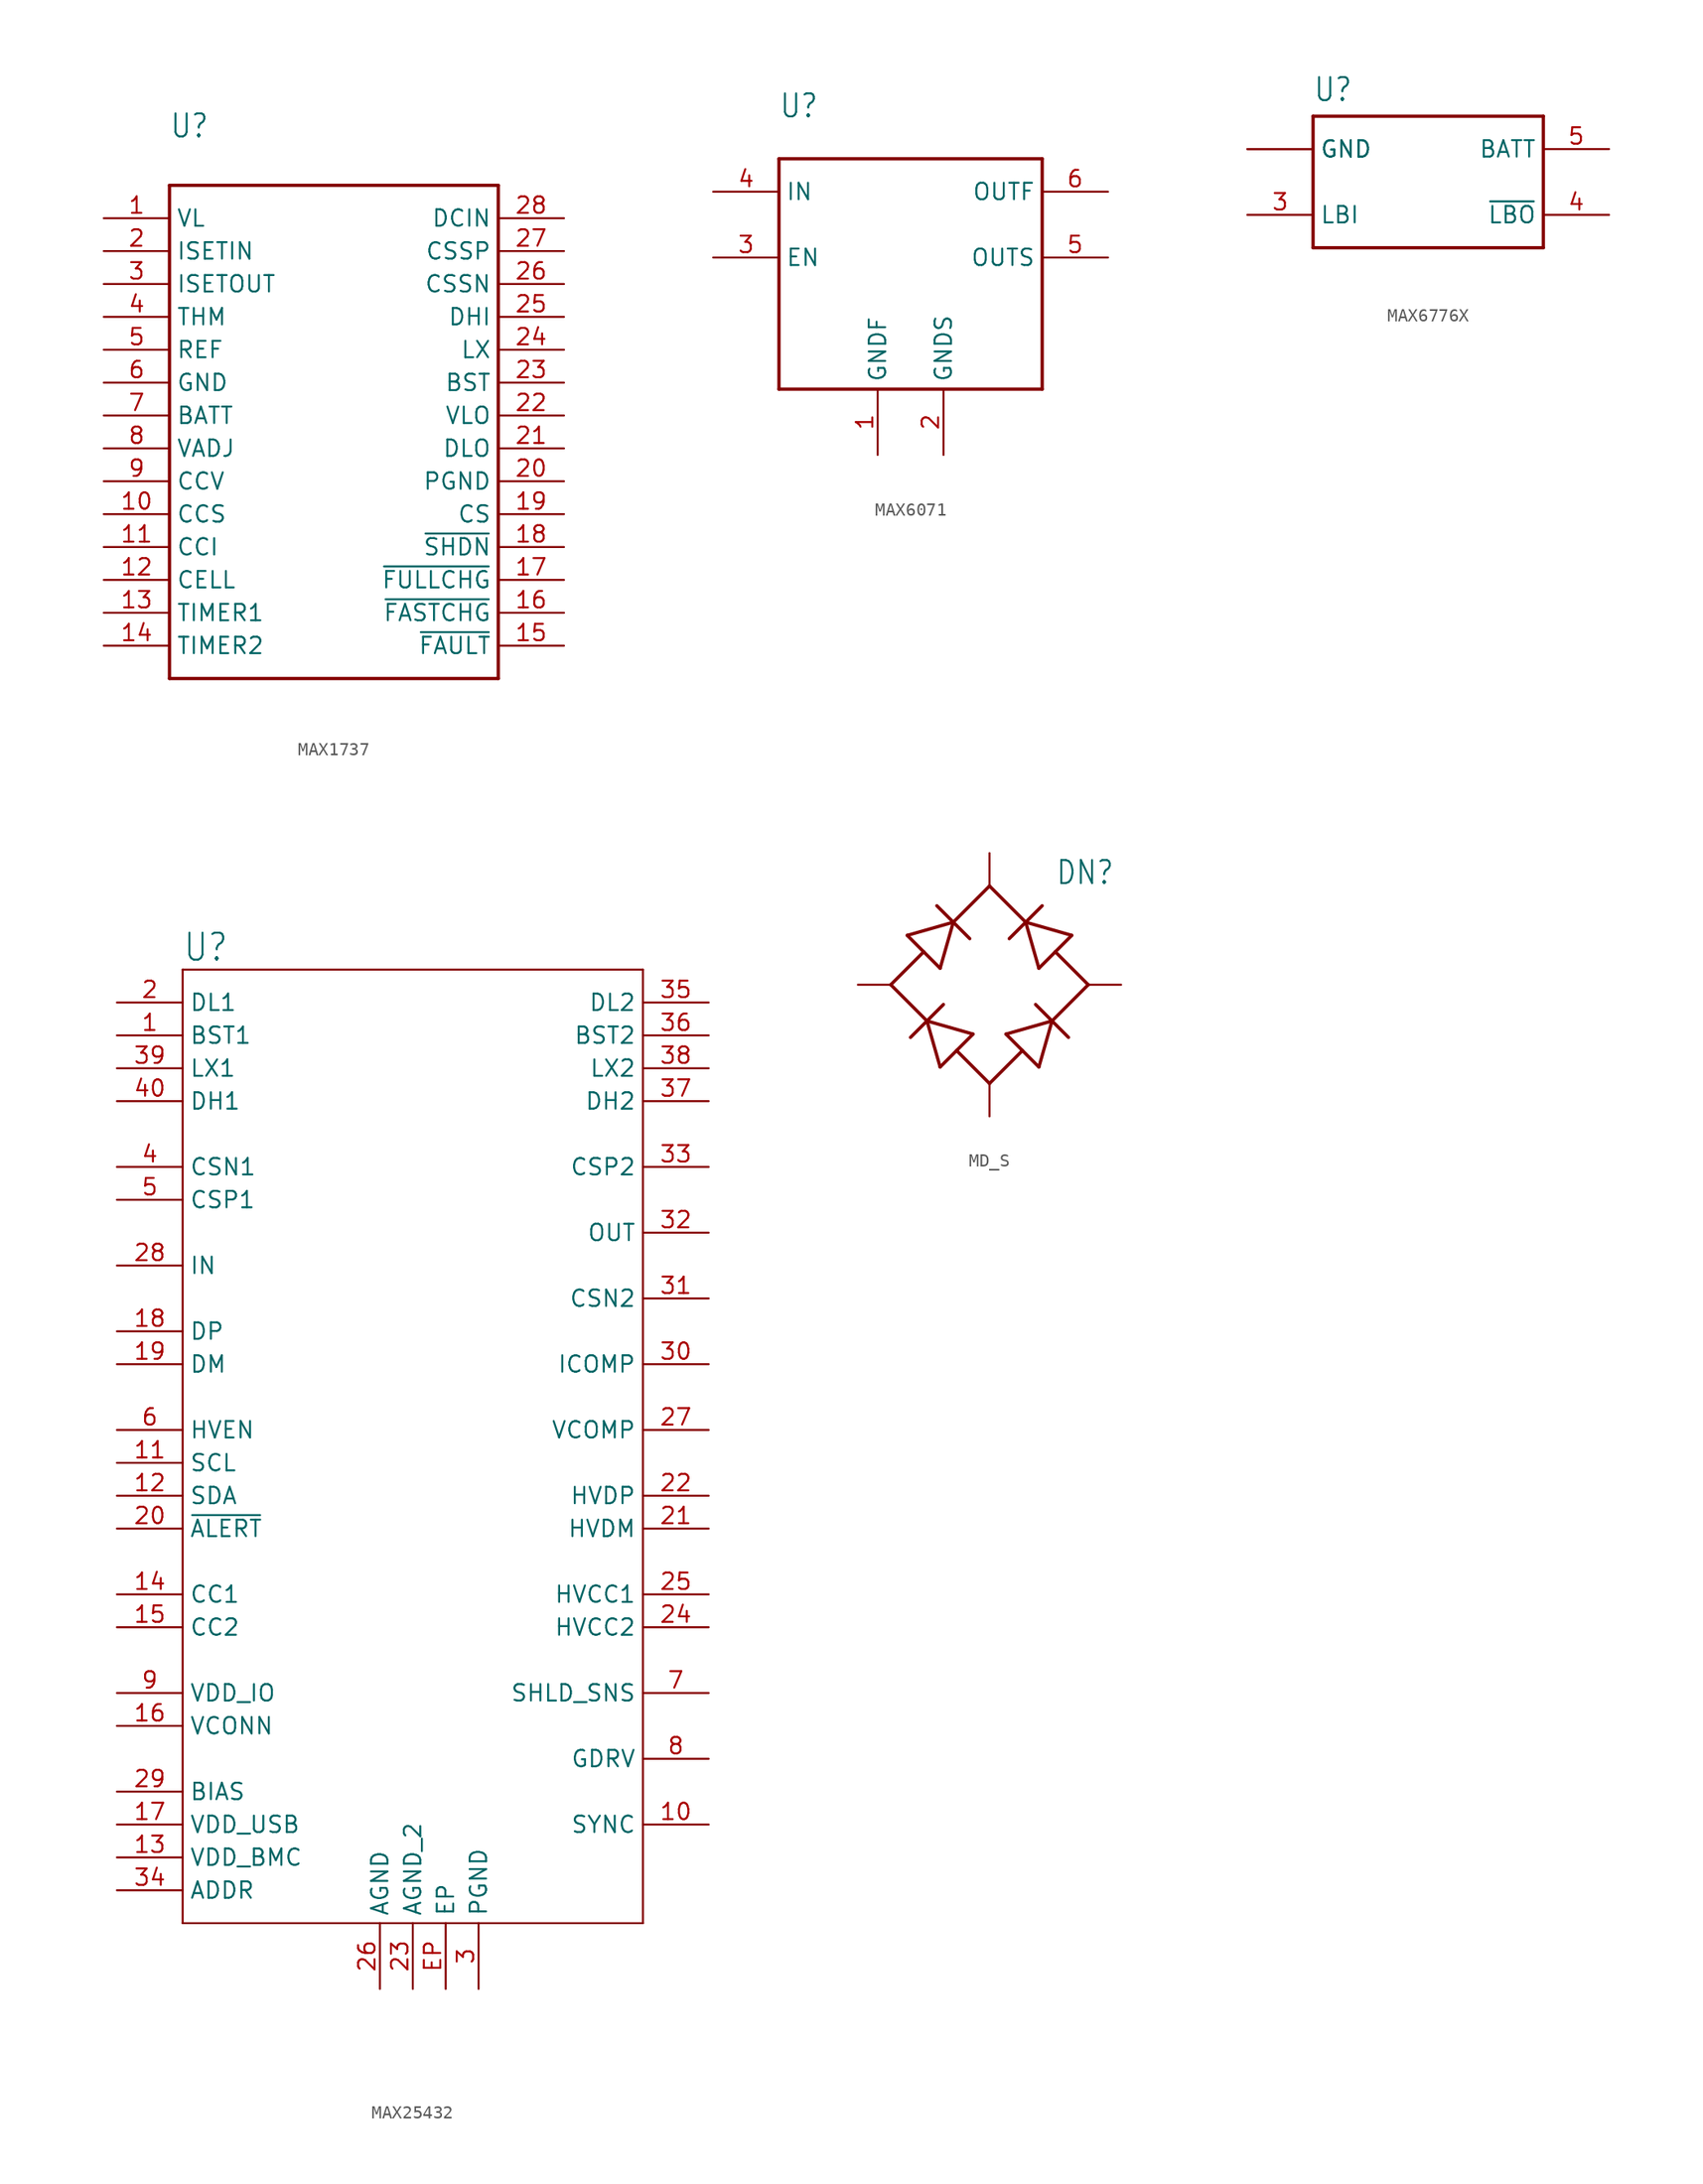
<source format=kicad_sym>
(kicad_symbol_lib
  (version 20231120)
  (generator "kicad_symbol_editor")
  (generator_version "8.0")
  (symbol "MAX1737"
    (property "Reference" "U"
      (at -12.7 21.336 0)
      (effects (font (size 1.778 1.511)) (justify left bottom)))
    (property "Value" ""
      (at -12.7 18.796 0)
      (effects (font (size 1.778 1.511)) (justify left bottom)))
    (property "ki_locked" ""
      (at 0 0 0)
      (effects (font (size 1.27 1.27))))
    (symbol "MAX1737_1_0"
      (polyline (pts (xy -12.7 -20.32) (xy 12.7 -20.32)) (stroke (width 0.254) (type solid)) (fill (type none)))
      (polyline (pts (xy -12.7 17.78) (xy -12.7 -20.32)) (stroke (width 0.254) (type solid)) (fill (type none)))
      (polyline (pts (xy 12.7 -20.32) (xy 12.7 17.78)) (stroke (width 0.254) (type solid)) (fill (type none)))
      (polyline (pts (xy 12.7 17.78) (xy -12.7 17.78)) (stroke (width 0.254) (type solid)) (fill (type none)))
      (pin bidirectional line (at -17.78 15.24 0) (length 5.08) (name "VL" (effects (font (size 1.27 1.27)))) (number "1" (effects (font (size 1.27 1.27)))))
      (pin bidirectional line (at -17.78 -7.62 0) (length 5.08) (name "CCS" (effects (font (size 1.27 1.27)))) (number "10" (effects (font (size 1.27 1.27)))))
      (pin bidirectional line (at -17.78 -10.16 0) (length 5.08) (name "CCI" (effects (font (size 1.27 1.27)))) (number "11" (effects (font (size 1.27 1.27)))))
      (pin bidirectional line (at -17.78 -12.7 0) (length 5.08) (name "CELL" (effects (font (size 1.27 1.27)))) (number "12" (effects (font (size 1.27 1.27)))))
      (pin bidirectional line (at -17.78 -15.24 0) (length 5.08) (name "TIMER1" (effects (font (size 1.27 1.27)))) (number "13" (effects (font (size 1.27 1.27)))))
      (pin bidirectional line (at -17.78 -17.78 0) (length 5.08) (name "TIMER2" (effects (font (size 1.27 1.27)))) (number "14" (effects (font (size 1.27 1.27)))))
      (pin bidirectional line (at 17.78 -17.78 180) (length 5.08) (name "~{FAULT}" (effects (font (size 1.27 1.27)))) (number "15" (effects (font (size 1.27 1.27)))))
      (pin bidirectional line (at 17.78 -15.24 180) (length 5.08) (name "~{FASTCHG}" (effects (font (size 1.27 1.27)))) (number "16" (effects (font (size 1.27 1.27)))))
      (pin bidirectional line (at 17.78 -12.7 180) (length 5.08) (name "~{FULLCHG}" (effects (font (size 1.27 1.27)))) (number "17" (effects (font (size 1.27 1.27)))))
      (pin bidirectional line (at 17.78 -10.16 180) (length 5.08) (name "~{SHDN}" (effects (font (size 1.27 1.27)))) (number "18" (effects (font (size 1.27 1.27)))))
      (pin bidirectional line (at 17.78 -7.62 180) (length 5.08) (name "CS" (effects (font (size 1.27 1.27)))) (number "19" (effects (font (size 1.27 1.27)))))
      (pin bidirectional line (at -17.78 12.7 0) (length 5.08) (name "ISETIN" (effects (font (size 1.27 1.27)))) (number "2" (effects (font (size 1.27 1.27)))))
      (pin bidirectional line (at 17.78 -5.08 180) (length 5.08) (name "PGND" (effects (font (size 1.27 1.27)))) (number "20" (effects (font (size 1.27 1.27)))))
      (pin bidirectional line (at 17.78 -2.54 180) (length 5.08) (name "DLO" (effects (font (size 1.27 1.27)))) (number "21" (effects (font (size 1.27 1.27)))))
      (pin bidirectional line (at 17.78 0 180) (length 5.08) (name "VLO" (effects (font (size 1.27 1.27)))) (number "22" (effects (font (size 1.27 1.27)))))
      (pin bidirectional line (at 17.78 2.54 180) (length 5.08) (name "BST" (effects (font (size 1.27 1.27)))) (number "23" (effects (font (size 1.27 1.27)))))
      (pin bidirectional line (at 17.78 5.08 180) (length 5.08) (name "LX" (effects (font (size 1.27 1.27)))) (number "24" (effects (font (size 1.27 1.27)))))
      (pin bidirectional line (at 17.78 7.62 180) (length 5.08) (name "DHI" (effects (font (size 1.27 1.27)))) (number "25" (effects (font (size 1.27 1.27)))))
      (pin bidirectional line (at 17.78 10.16 180) (length 5.08) (name "CSSN" (effects (font (size 1.27 1.27)))) (number "26" (effects (font (size 1.27 1.27)))))
      (pin bidirectional line (at 17.78 12.7 180) (length 5.08) (name "CSSP" (effects (font (size 1.27 1.27)))) (number "27" (effects (font (size 1.27 1.27)))))
      (pin bidirectional line (at 17.78 15.24 180) (length 5.08) (name "DCIN" (effects (font (size 1.27 1.27)))) (number "28" (effects (font (size 1.27 1.27)))))
      (pin bidirectional line (at -17.78 10.16 0) (length 5.08) (name "ISETOUT" (effects (font (size 1.27 1.27)))) (number "3" (effects (font (size 1.27 1.27)))))
      (pin bidirectional line (at -17.78 7.62 0) (length 5.08) (name "THM" (effects (font (size 1.27 1.27)))) (number "4" (effects (font (size 1.27 1.27)))))
      (pin bidirectional line (at -17.78 5.08 0) (length 5.08) (name "REF" (effects (font (size 1.27 1.27)))) (number "5" (effects (font (size 1.27 1.27)))))
      (pin bidirectional line (at -17.78 2.54 0) (length 5.08) (name "GND" (effects (font (size 1.27 1.27)))) (number "6" (effects (font (size 1.27 1.27)))))
      (pin bidirectional line (at -17.78 0 0) (length 5.08) (name "BATT" (effects (font (size 1.27 1.27)))) (number "7" (effects (font (size 1.27 1.27)))))
      (pin bidirectional line (at -17.78 -2.54 0) (length 5.08) (name "VADJ" (effects (font (size 1.27 1.27)))) (number "8" (effects (font (size 1.27 1.27)))))
      (pin bidirectional line (at -17.78 -5.08 0) (length 5.08) (name "CCV" (effects (font (size 1.27 1.27)))) (number "9" (effects (font (size 1.27 1.27)))))))
  (symbol "MAX6071"
    (property "Reference" "U"
      (at -10.16 10.668 0)
      (effects (font (size 1.778 1.511)) (justify left bottom)))
    (property "Value" ""
      (at -10.16 8.382 0)
      (effects (font (size 1.778 1.511)) (justify left bottom)))
    (property "ki_locked" ""
      (at 0 0 0)
      (effects (font (size 1.27 1.27))))
    (symbol "MAX6071_1_0"
      (polyline (pts (xy -10.16 -10.16) (xy 10.16 -10.16)) (stroke (width 0.254) (type solid)) (fill (type none)))
      (polyline (pts (xy -10.16 7.62) (xy -10.16 -10.16)) (stroke (width 0.254) (type solid)) (fill (type none)))
      (polyline (pts (xy 10.16 -10.16) (xy 10.16 7.62)) (stroke (width 0.254) (type solid)) (fill (type none)))
      (polyline (pts (xy 10.16 7.62) (xy -10.16 7.62)) (stroke (width 0.254) (type solid)) (fill (type none)))
      (pin bidirectional line (at -2.54 -15.24 90) (length 5.08) (name "GNDF" (effects (font (size 1.27 1.27)))) (number "1" (effects (font (size 1.27 1.27)))))
      (pin bidirectional line (at 2.54 -15.24 90) (length 5.08) (name "GNDS" (effects (font (size 1.27 1.27)))) (number "2" (effects (font (size 1.27 1.27)))))
      (pin bidirectional line (at -15.24 0 0) (length 5.08) (name "EN" (effects (font (size 1.27 1.27)))) (number "3" (effects (font (size 1.27 1.27)))))
      (pin bidirectional line (at -15.24 5.08 0) (length 5.08) (name "IN" (effects (font (size 1.27 1.27)))) (number "4" (effects (font (size 1.27 1.27)))))
      (pin bidirectional line (at 15.24 0 180) (length 5.08) (name "OUTS" (effects (font (size 1.27 1.27)))) (number "5" (effects (font (size 1.27 1.27)))))
      (pin bidirectional line (at 15.24 5.08 180) (length 5.08) (name "OUTF" (effects (font (size 1.27 1.27)))) (number "6" (effects (font (size 1.27 1.27)))))))
  (symbol "MAX6776X"
    (property "Reference" "U"
      (at -10.16 6.096 0)
      (effects (font (size 1.778 1.511)) (justify left bottom)))
    (property "Value" ""
      (at -10.16 -7.62 0)
      (effects (font (size 1.778 1.511)) (justify left bottom)))
    (property "ki_locked" ""
      (at 0 0 0)
      (effects (font (size 1.27 1.27))))
    (symbol "MAX6776X_1_0"
      (polyline (pts (xy -10.16 -5.08) (xy 7.62 -5.08)) (stroke (width 0.254) (type solid)) (fill (type none)))
      (polyline (pts (xy -10.16 5.08) (xy -10.16 -5.08)) (stroke (width 0.254) (type solid)) (fill (type none)))
      (polyline (pts (xy 7.62 -5.08) (xy 7.62 5.08)) (stroke (width 0.254) (type solid)) (fill (type none)))
      (polyline (pts (xy 7.62 5.08) (xy -10.16 5.08)) (stroke (width 0.254) (type solid)) (fill (type none)))
      (pin power_in line (at -15.24 2.54 0) (length 5.08) (name "GND" (effects (font (size 1.27 1.27)))) (number "1" (effects (font (size 0 0)))))
      (pin power_in line (at -15.24 2.54 0) (length 5.08) (name "GND" (effects (font (size 1.27 1.27)))) (number "2" (effects (font (size 0 0)))))
      (pin bidirectional line (at -15.24 -2.54 0) (length 5.08) (name "LBI" (effects (font (size 1.27 1.27)))) (number "3" (effects (font (size 1.27 1.27)))))
      (pin bidirectional line (at 12.7 -2.54 180) (length 5.08) (name "~{LBO}" (effects (font (size 1.27 1.27)))) (number "4" (effects (font (size 1.27 1.27)))))
      (pin power_in line (at 12.7 2.54 180) (length 5.08) (name "BATT" (effects (font (size 1.27 1.27)))) (number "5" (effects (font (size 1.27 1.27)))))))
  (symbol "MAX25432"
    (property "Reference" "U"
      (at 7.62 5.588 0)
      (effects (font (size 2.083 1.77)) (justify left bottom)))
    (property "Value" ""
      (at 32.004 5.588 0)
      (effects (font (size 2.083 1.77)) (justify left bottom)))
    (property "ki_locked" ""
      (at 0 0 0)
      (effects (font (size 1.27 1.27))))
    (symbol "MAX25432_1_0"
      (polyline (pts (xy 7.62 -68.58) (xy 43.18 -68.58)) (stroke (width 0.152) (type solid)) (fill (type none)))
      (polyline (pts (xy 7.62 5.08) (xy 7.62 -68.58)) (stroke (width 0.152) (type solid)) (fill (type none)))
      (polyline (pts (xy 43.18 -68.58) (xy 43.18 5.08)) (stroke (width 0.152) (type solid)) (fill (type none)))
      (polyline (pts (xy 43.18 5.08) (xy 7.62 5.08)) (stroke (width 0.152) (type solid)) (fill (type none)))
      (pin passive line (at 2.54 0 0) (length 5.08) (name "BST1" (effects (font (size 1.27 1.27)))) (number "1" (effects (font (size 1.27 1.27)))))
      (pin bidirectional line (at 48.26 -60.96 180) (length 5.08) (name "SYNC" (effects (font (size 1.27 1.27)))) (number "10" (effects (font (size 1.27 1.27)))))
      (pin passive line (at 2.54 -33.02 0) (length 5.08) (name "SCL" (effects (font (size 1.27 1.27)))) (number "11" (effects (font (size 1.27 1.27)))))
      (pin passive line (at 2.54 -35.56 0) (length 5.08) (name "SDA" (effects (font (size 1.27 1.27)))) (number "12" (effects (font (size 1.27 1.27)))))
      (pin power_in line (at 2.54 -63.5 0) (length 5.08) (name "VDD_BMC" (effects (font (size 1.27 1.27)))) (number "13" (effects (font (size 1.27 1.27)))))
      (pin passive line (at 2.54 -43.18 0) (length 5.08) (name "CC1" (effects (font (size 1.27 1.27)))) (number "14" (effects (font (size 1.27 1.27)))))
      (pin passive line (at 2.54 -45.72 0) (length 5.08) (name "CC2" (effects (font (size 1.27 1.27)))) (number "15" (effects (font (size 1.27 1.27)))))
      (pin power_in line (at 2.54 -53.34 0) (length 5.08) (name "VCONN" (effects (font (size 1.27 1.27)))) (number "16" (effects (font (size 1.27 1.27)))))
      (pin power_in line (at 2.54 -60.96 0) (length 5.08) (name "VDD_USB" (effects (font (size 1.27 1.27)))) (number "17" (effects (font (size 1.27 1.27)))))
      (pin passive line (at 2.54 -22.86 0) (length 5.08) (name "DP" (effects (font (size 1.27 1.27)))) (number "18" (effects (font (size 1.27 1.27)))))
      (pin passive line (at 2.54 -25.4 0) (length 5.08) (name "DM" (effects (font (size 1.27 1.27)))) (number "19" (effects (font (size 1.27 1.27)))))
      (pin output line (at 2.54 2.54 0) (length 5.08) (name "DL1" (effects (font (size 1.27 1.27)))) (number "2" (effects (font (size 1.27 1.27)))))
      (pin output line (at 2.54 -38.1 0) (length 5.08) (name "~{ALERT}" (effects (font (size 1.27 1.27)))) (number "20" (effects (font (size 1.27 1.27)))))
      (pin passive line (at 48.26 -38.1 180) (length 5.08) (name "HVDM" (effects (font (size 1.27 1.27)))) (number "21" (effects (font (size 1.27 1.27)))))
      (pin passive line (at 48.26 -35.56 180) (length 5.08) (name "HVDP" (effects (font (size 1.27 1.27)))) (number "22" (effects (font (size 1.27 1.27)))))
      (pin passive line (at 25.4 -73.66 90) (length 5.08) (name "AGND_2" (effects (font (size 1.27 1.27)))) (number "23" (effects (font (size 1.27 1.27)))))
      (pin passive line (at 48.26 -45.72 180) (length 5.08) (name "HVCC2" (effects (font (size 1.27 1.27)))) (number "24" (effects (font (size 1.27 1.27)))))
      (pin passive line (at 48.26 -43.18 180) (length 5.08) (name "HVCC1" (effects (font (size 1.27 1.27)))) (number "25" (effects (font (size 1.27 1.27)))))
      (pin passive line (at 22.86 -73.66 90) (length 5.08) (name "AGND" (effects (font (size 1.27 1.27)))) (number "26" (effects (font (size 1.27 1.27)))))
      (pin output line (at 48.26 -30.48 180) (length 5.08) (name "VCOMP" (effects (font (size 1.27 1.27)))) (number "27" (effects (font (size 1.27 1.27)))))
      (pin power_in line (at 2.54 -17.78 0) (length 5.08) (name "IN" (effects (font (size 1.27 1.27)))) (number "28" (effects (font (size 1.27 1.27)))))
      (pin output line (at 2.54 -58.42 0) (length 5.08) (name "BIAS" (effects (font (size 1.27 1.27)))) (number "29" (effects (font (size 1.27 1.27)))))
      (pin passive line (at 30.48 -73.66 90) (length 5.08) (name "PGND" (effects (font (size 1.27 1.27)))) (number "3" (effects (font (size 1.27 1.27)))))
      (pin passive line (at 48.26 -25.4 180) (length 5.08) (name "ICOMP" (effects (font (size 1.27 1.27)))) (number "30" (effects (font (size 1.27 1.27)))))
      (pin passive line (at 48.26 -20.32 180) (length 5.08) (name "CSN2" (effects (font (size 1.27 1.27)))) (number "31" (effects (font (size 1.27 1.27)))))
      (pin passive line (at 48.26 -15.24 180) (length 5.08) (name "OUT" (effects (font (size 1.27 1.27)))) (number "32" (effects (font (size 1.27 1.27)))))
      (pin output line (at 48.26 -10.16 180) (length 5.08) (name "CSP2" (effects (font (size 1.27 1.27)))) (number "33" (effects (font (size 1.27 1.27)))))
      (pin passive line (at 2.54 -66.04 0) (length 5.08) (name "ADDR" (effects (font (size 1.27 1.27)))) (number "34" (effects (font (size 1.27 1.27)))))
      (pin output line (at 48.26 2.54 180) (length 5.08) (name "DL2" (effects (font (size 1.27 1.27)))) (number "35" (effects (font (size 1.27 1.27)))))
      (pin passive line (at 48.26 0 180) (length 5.08) (name "BST2" (effects (font (size 1.27 1.27)))) (number "36" (effects (font (size 1.27 1.27)))))
      (pin output line (at 48.26 -5.08 180) (length 5.08) (name "DH2" (effects (font (size 1.27 1.27)))) (number "37" (effects (font (size 1.27 1.27)))))
      (pin output line (at 48.26 -2.54 180) (length 5.08) (name "LX2" (effects (font (size 1.27 1.27)))) (number "38" (effects (font (size 1.27 1.27)))))
      (pin output line (at 2.54 -2.54 0) (length 5.08) (name "LX1" (effects (font (size 1.27 1.27)))) (number "39" (effects (font (size 1.27 1.27)))))
      (pin input line (at 2.54 -10.16 0) (length 5.08) (name "CSN1" (effects (font (size 1.27 1.27)))) (number "4" (effects (font (size 1.27 1.27)))))
      (pin output line (at 2.54 -5.08 0) (length 5.08) (name "DH1" (effects (font (size 1.27 1.27)))) (number "40" (effects (font (size 1.27 1.27)))))
      (pin input line (at 2.54 -12.7 0) (length 5.08) (name "CSP1" (effects (font (size 1.27 1.27)))) (number "5" (effects (font (size 1.27 1.27)))))
      (pin input line (at 2.54 -30.48 0) (length 5.08) (name "HVEN" (effects (font (size 1.27 1.27)))) (number "6" (effects (font (size 1.27 1.27)))))
      (pin passive line (at 48.26 -50.8 180) (length 5.08) (name "SHLD_SNS" (effects (font (size 1.27 1.27)))) (number "7" (effects (font (size 1.27 1.27)))))
      (pin output line (at 48.26 -55.88 180) (length 5.08) (name "GDRV" (effects (font (size 1.27 1.27)))) (number "8" (effects (font (size 1.27 1.27)))))
      (pin power_in line (at 2.54 -50.8 0) (length 5.08) (name "VDD_IO" (effects (font (size 1.27 1.27)))) (number "9" (effects (font (size 1.27 1.27)))))
      (pin passive line (at 27.94 -73.66 90) (length 5.08) (name "EP" (effects (font (size 1.27 1.27)))) (number "EP" (effects (font (size 1.27 1.27)))))))
  (symbol "MD_S"
    (property "Reference" "DN"
      (at 5.08 7.62 0)
      (effects (font (size 1.778 1.511)) (justify left bottom)))
    (property "Value" ""
      (at 5.08 5.08 0)
      (effects (font (size 1.778 1.511)) (justify left bottom)))
    (property "ki_locked" ""
      (at 0 0 0)
      (effects (font (size 1.27 1.27))))
    (symbol "MD_S_1_0"
      (polyline (pts (xy -6.35 3.81) (xy -5.08 2.54)) (stroke (width 0.254) (type solid)) (fill (type none)))
      (polyline (pts (xy -6.35 3.81) (xy -2.794 4.826)) (stroke (width 0.254) (type solid)) (fill (type none)))
      (polyline (pts (xy -6.096 -4.064) (xy -4.826 -2.794)) (stroke (width 0.254) (type solid)) (fill (type none)))
      (polyline (pts (xy -5.08 2.54) (xy -7.62 0)) (stroke (width 0.254) (type solid)) (fill (type none)))
      (polyline (pts (xy -5.08 2.54) (xy -3.81 1.27)) (stroke (width 0.254) (type solid)) (fill (type none)))
      (polyline (pts (xy -4.826 -2.794) (xy -7.62 0)) (stroke (width 0.254) (type solid)) (fill (type none)))
      (polyline (pts (xy -4.826 -2.794) (xy -3.556 -1.524)) (stroke (width 0.254) (type solid)) (fill (type none)))
      (polyline (pts (xy -4.826 -2.794) (xy -1.27 -3.81)) (stroke (width 0.254) (type solid)) (fill (type none)))
      (polyline (pts (xy -4.064 6.096) (xy -2.794 4.826)) (stroke (width 0.254) (type solid)) (fill (type none)))
      (polyline (pts (xy -3.81 -6.35) (xy -4.826 -2.794)) (stroke (width 0.254) (type solid)) (fill (type none)))
      (polyline (pts (xy -3.81 -6.35) (xy -2.54 -5.08)) (stroke (width 0.254) (type solid)) (fill (type none)))
      (polyline (pts (xy -2.794 4.826) (xy -3.81 1.27)) (stroke (width 0.254) (type solid)) (fill (type none)))
      (polyline (pts (xy -2.794 4.826) (xy -1.524 3.556)) (stroke (width 0.254) (type solid)) (fill (type none)))
      (polyline (pts (xy -2.794 4.826) (xy 0 7.62)) (stroke (width 0.254) (type solid)) (fill (type none)))
      (polyline (pts (xy -2.54 -5.08) (xy -1.27 -3.81)) (stroke (width 0.254) (type solid)) (fill (type none)))
      (polyline (pts (xy -2.54 -5.08) (xy 0 -7.62)) (stroke (width 0.254) (type solid)) (fill (type none)))
      (polyline (pts (xy 1.27 -3.81) (xy 2.54 -5.08)) (stroke (width 0.254) (type solid)) (fill (type none)))
      (polyline (pts (xy 1.27 -3.81) (xy 4.826 -2.794)) (stroke (width 0.254) (type solid)) (fill (type none)))
      (polyline (pts (xy 1.524 3.556) (xy 2.794 4.826)) (stroke (width 0.254) (type solid)) (fill (type none)))
      (polyline (pts (xy 2.54 -5.08) (xy 0 -7.62)) (stroke (width 0.254) (type solid)) (fill (type none)))
      (polyline (pts (xy 2.54 -5.08) (xy 3.81 -6.35)) (stroke (width 0.254) (type solid)) (fill (type none)))
      (polyline (pts (xy 2.794 4.826) (xy 0 7.62)) (stroke (width 0.254) (type solid)) (fill (type none)))
      (polyline (pts (xy 2.794 4.826) (xy 4.064 6.096)) (stroke (width 0.254) (type solid)) (fill (type none)))
      (polyline (pts (xy 2.794 4.826) (xy 6.35 3.81)) (stroke (width 0.254) (type solid)) (fill (type none)))
      (polyline (pts (xy 3.556 -1.524) (xy 4.826 -2.794)) (stroke (width 0.254) (type solid)) (fill (type none)))
      (polyline (pts (xy 3.81 1.27) (xy 2.794 4.826)) (stroke (width 0.254) (type solid)) (fill (type none)))
      (polyline (pts (xy 3.81 1.27) (xy 5.08 2.54)) (stroke (width 0.254) (type solid)) (fill (type none)))
      (polyline (pts (xy 4.826 -2.794) (xy 3.81 -6.35)) (stroke (width 0.254) (type solid)) (fill (type none)))
      (polyline (pts (xy 4.826 -2.794) (xy 6.096 -4.064)) (stroke (width 0.254) (type solid)) (fill (type none)))
      (polyline (pts (xy 4.826 -2.794) (xy 7.62 0)) (stroke (width 0.254) (type solid)) (fill (type none)))
      (polyline (pts (xy 5.08 2.54) (xy 6.35 3.81)) (stroke (width 0.254) (type solid)) (fill (type none)))
      (polyline (pts (xy 5.08 2.54) (xy 7.62 0)) (stroke (width 0.254) (type solid)) (fill (type none)))
      (pin passive line (at 0 10.16 270) (length 2.54) (name "DC+" (effects (font (size 0 0)))) (number "+" (effects (font (size 0 0)))))
      (pin passive line (at 0 -10.16 90) (length 2.54) (name "DC-" (effects (font (size 0 0)))) (number "-" (effects (font (size 0 0)))))
      (pin passive line (at -10.16 0 0) (length 2.54) (name "AC1" (effects (font (size 0 0)))) (number "~1" (effects (font (size 0 0)))))
      (pin passive line (at 10.16 0 180) (length 2.54) (name "AC2" (effects (font (size 0 0)))) (number "~2" (effects (font (size 0 0))))))))
</source>
